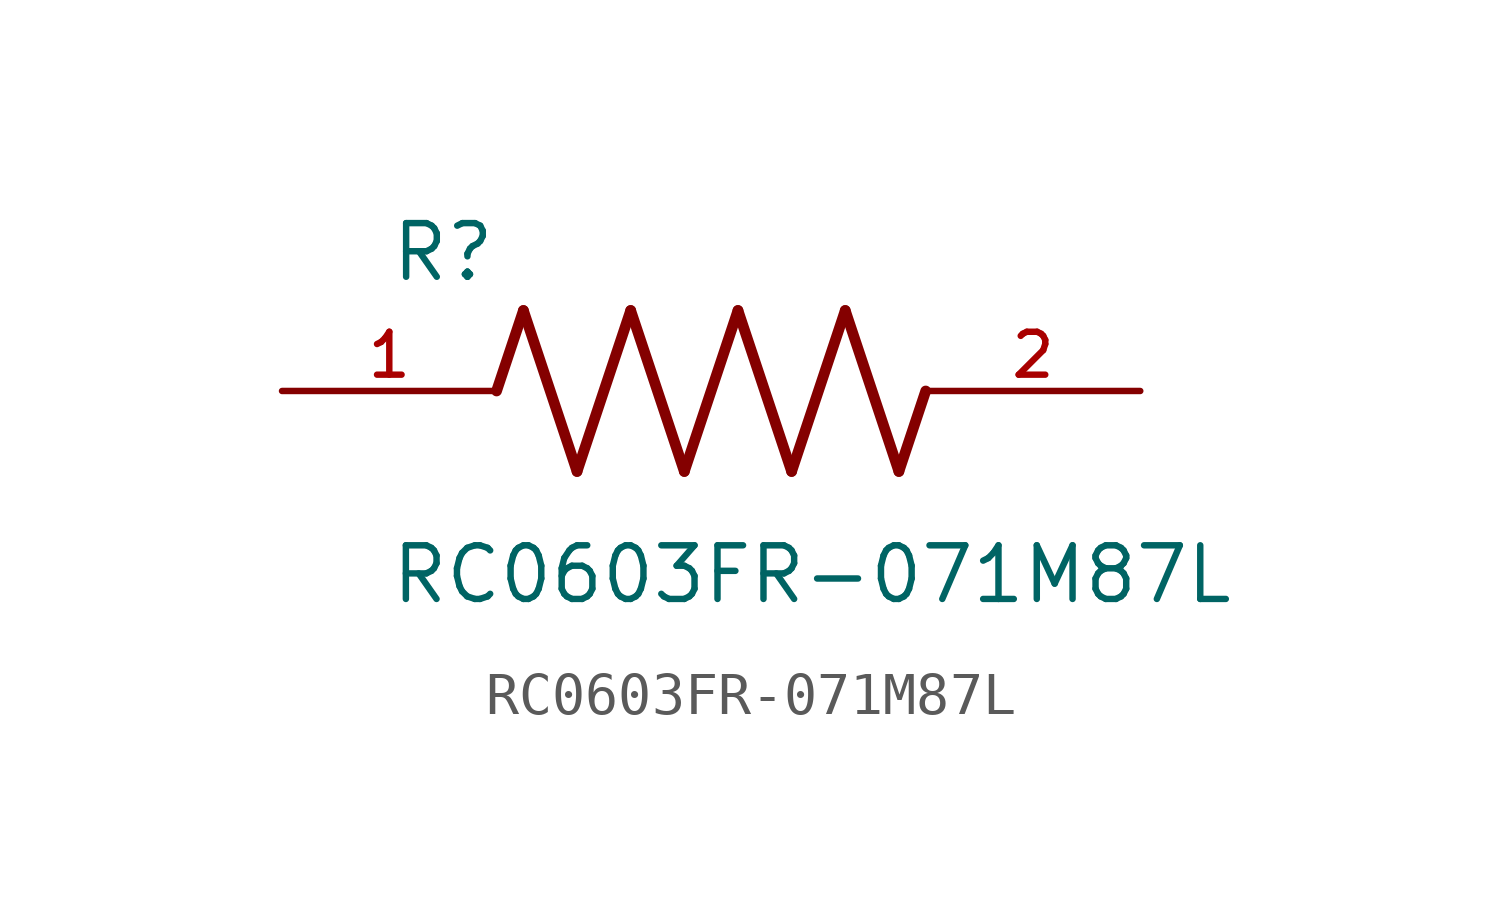
<source format=kicad_sym>
(kicad_symbol_lib
  (version 20211014)
  (generator kicad_symbol_editor)
  (symbol "RC0603FR-071M87L"
    (pin_names
      (offset 1.016))
    (property "Reference" "R"
      (at -7.624 2.541 0)
      (effects (font (size 1.27 1.27)) (justify bottom left)))
    (property "Value" "RC0603FR-071M87L"
      (at -7.63 -5.087 0)
      (effects (font (size 1.27 1.27)) (justify bottom left)))
    (symbol "RC0603FR-071M87L_0_0"
      (polyline (pts (xy -5.08 0.0) (xy -4.445 1.905)) (stroke (width 0.254)))
      (polyline (pts (xy -4.445 1.905) (xy -3.175 -1.905)) (stroke (width 0.254)))
      (polyline (pts (xy -3.175 -1.905) (xy -1.905 1.905)) (stroke (width 0.254)))
      (polyline (pts (xy -1.905 1.905) (xy -0.635 -1.905)) (stroke (width 0.254)))
      (polyline (pts (xy -0.635 -1.905) (xy 0.635 1.905)) (stroke (width 0.254)))
      (polyline (pts (xy 0.635 1.905) (xy 1.905 -1.905)) (stroke (width 0.254)))
      (polyline (pts (xy 1.905 -1.905) (xy 3.175 1.905)) (stroke (width 0.254)))
      (polyline (pts (xy 3.175 1.905) (xy 4.445 -1.905)) (stroke (width 0.254)))
      (polyline (pts (xy 4.445 -1.905) (xy 5.08 0.0)) (stroke (width 0.254)))
      (pin passive line (at -10.16 0.0 0) (length 5.08) (name "~" (effects (font (size 1.016 1.016)))) (number "1" (effects (font (size 1.016 1.016)))))
      (pin passive line (at 10.16 0.0 180.0) (length 5.08) (name "~" (effects (font (size 1.016 1.016)))) (number "2" (effects (font (size 1.016 1.016))))))))
</source>
